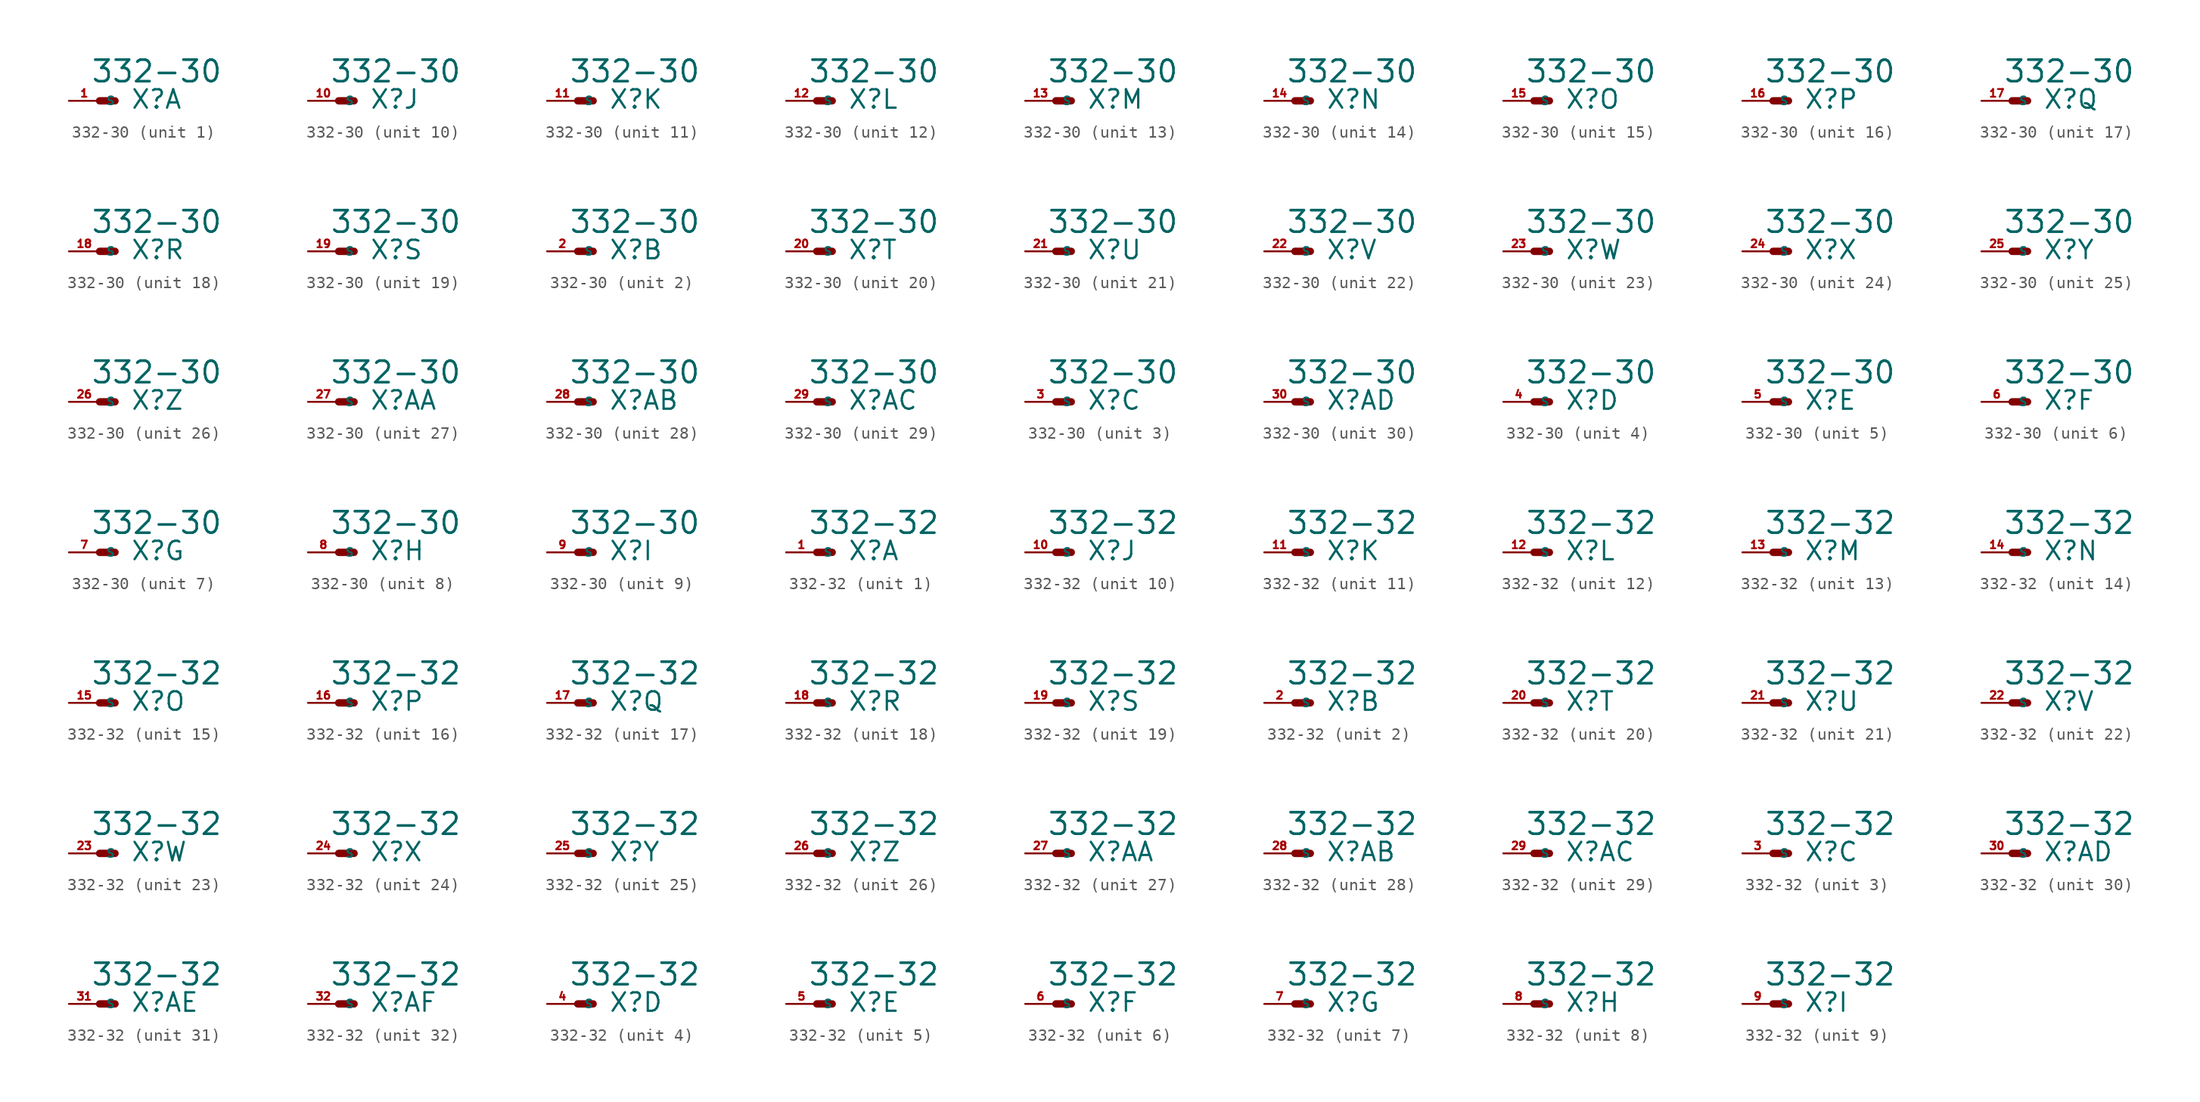
<source format=kicad_sym>
(kicad_symbol_lib
  (version 20220914)
  (generator Eagle2Kicad)
  (symbol "332-30"
    (property "Reference" "X"
      (at 2.54 -0.762 0)
      (effects (font (size 1.524 1.524) (thickness 0.19)) (justify left bottom)))
    (property "Value" "332-30"
      (at -0.762 1.397 0)
      (effects (font (size 1.778 1.778) (thickness 0.22)) (justify left bottom)))
    (symbol "332-30_1_0"
      (polyline (pts (xy 1.27 0) (xy 0 0)) (stroke (width 0.61) (type default)) (fill (type none)))
      (pin passive line (at -2.54 0 0) (length 2.54) (name "S" (effects (font (size 0.635 0.635) (thickness 0.08)) (justify left bottom))) (number "1" (effects (font (size 0.635 0.635) (thickness 0.08)) (justify left bottom)))))
    (symbol "332-30_2_0"
      (polyline (pts (xy 1.27 0) (xy 0 0)) (stroke (width 0.61) (type default)) (fill (type none)))
      (pin passive line (at -2.54 0 0) (length 2.54) (name "S" (effects (font (size 0.635 0.635) (thickness 0.08)) (justify left bottom))) (number "2" (effects (font (size 0.635 0.635) (thickness 0.08)) (justify left bottom)))))
    (symbol "332-30_3_0"
      (polyline (pts (xy 1.27 0) (xy 0 0)) (stroke (width 0.61) (type default)) (fill (type none)))
      (pin passive line (at -2.54 0 0) (length 2.54) (name "S" (effects (font (size 0.635 0.635) (thickness 0.08)) (justify left bottom))) (number "3" (effects (font (size 0.635 0.635) (thickness 0.08)) (justify left bottom)))))
    (symbol "332-30_4_0"
      (polyline (pts (xy 1.27 0) (xy 0 0)) (stroke (width 0.61) (type default)) (fill (type none)))
      (pin passive line (at -2.54 0 0) (length 2.54) (name "S" (effects (font (size 0.635 0.635) (thickness 0.08)) (justify left bottom))) (number "4" (effects (font (size 0.635 0.635) (thickness 0.08)) (justify left bottom)))))
    (symbol "332-30_5_0"
      (polyline (pts (xy 1.27 0) (xy 0 0)) (stroke (width 0.61) (type default)) (fill (type none)))
      (pin passive line (at -2.54 0 0) (length 2.54) (name "S" (effects (font (size 0.635 0.635) (thickness 0.08)) (justify left bottom))) (number "5" (effects (font (size 0.635 0.635) (thickness 0.08)) (justify left bottom)))))
    (symbol "332-30_6_0"
      (polyline (pts (xy 1.27 0) (xy 0 0)) (stroke (width 0.61) (type default)) (fill (type none)))
      (pin passive line (at -2.54 0 0) (length 2.54) (name "S" (effects (font (size 0.635 0.635) (thickness 0.08)) (justify left bottom))) (number "6" (effects (font (size 0.635 0.635) (thickness 0.08)) (justify left bottom)))))
    (symbol "332-30_7_0"
      (polyline (pts (xy 1.27 0) (xy 0 0)) (stroke (width 0.61) (type default)) (fill (type none)))
      (pin passive line (at -2.54 0 0) (length 2.54) (name "S" (effects (font (size 0.635 0.635) (thickness 0.08)) (justify left bottom))) (number "7" (effects (font (size 0.635 0.635) (thickness 0.08)) (justify left bottom)))))
    (symbol "332-30_8_0"
      (polyline (pts (xy 1.27 0) (xy 0 0)) (stroke (width 0.61) (type default)) (fill (type none)))
      (pin passive line (at -2.54 0 0) (length 2.54) (name "S" (effects (font (size 0.635 0.635) (thickness 0.08)) (justify left bottom))) (number "8" (effects (font (size 0.635 0.635) (thickness 0.08)) (justify left bottom)))))
    (symbol "332-30_9_0"
      (polyline (pts (xy 1.27 0) (xy 0 0)) (stroke (width 0.61) (type default)) (fill (type none)))
      (pin passive line (at -2.54 0 0) (length 2.54) (name "S" (effects (font (size 0.635 0.635) (thickness 0.08)) (justify left bottom))) (number "9" (effects (font (size 0.635 0.635) (thickness 0.08)) (justify left bottom)))))
    (symbol "332-30_10_0"
      (polyline (pts (xy 1.27 0) (xy 0 0)) (stroke (width 0.61) (type default)) (fill (type none)))
      (pin passive line (at -2.54 0 0) (length 2.54) (name "S" (effects (font (size 0.635 0.635) (thickness 0.08)) (justify left bottom))) (number "10" (effects (font (size 0.635 0.635) (thickness 0.08)) (justify left bottom)))))
    (symbol "332-30_11_0"
      (polyline (pts (xy 1.27 0) (xy 0 0)) (stroke (width 0.61) (type default)) (fill (type none)))
      (pin passive line (at -2.54 0 0) (length 2.54) (name "S" (effects (font (size 0.635 0.635) (thickness 0.08)) (justify left bottom))) (number "11" (effects (font (size 0.635 0.635) (thickness 0.08)) (justify left bottom)))))
    (symbol "332-30_12_0"
      (polyline (pts (xy 1.27 0) (xy 0 0)) (stroke (width 0.61) (type default)) (fill (type none)))
      (pin passive line (at -2.54 0 0) (length 2.54) (name "S" (effects (font (size 0.635 0.635) (thickness 0.08)) (justify left bottom))) (number "12" (effects (font (size 0.635 0.635) (thickness 0.08)) (justify left bottom)))))
    (symbol "332-30_13_0"
      (polyline (pts (xy 1.27 0) (xy 0 0)) (stroke (width 0.61) (type default)) (fill (type none)))
      (pin passive line (at -2.54 0 0) (length 2.54) (name "S" (effects (font (size 0.635 0.635) (thickness 0.08)) (justify left bottom))) (number "13" (effects (font (size 0.635 0.635) (thickness 0.08)) (justify left bottom)))))
    (symbol "332-30_14_0"
      (polyline (pts (xy 1.27 0) (xy 0 0)) (stroke (width 0.61) (type default)) (fill (type none)))
      (pin passive line (at -2.54 0 0) (length 2.54) (name "S" (effects (font (size 0.635 0.635) (thickness 0.08)) (justify left bottom))) (number "14" (effects (font (size 0.635 0.635) (thickness 0.08)) (justify left bottom)))))
    (symbol "332-30_15_0"
      (polyline (pts (xy 1.27 0) (xy 0 0)) (stroke (width 0.61) (type default)) (fill (type none)))
      (pin passive line (at -2.54 0 0) (length 2.54) (name "S" (effects (font (size 0.635 0.635) (thickness 0.08)) (justify left bottom))) (number "15" (effects (font (size 0.635 0.635) (thickness 0.08)) (justify left bottom)))))
    (symbol "332-30_16_0"
      (polyline (pts (xy 1.27 0) (xy 0 0)) (stroke (width 0.61) (type default)) (fill (type none)))
      (pin passive line (at -2.54 0 0) (length 2.54) (name "S" (effects (font (size 0.635 0.635) (thickness 0.08)) (justify left bottom))) (number "16" (effects (font (size 0.635 0.635) (thickness 0.08)) (justify left bottom)))))
    (symbol "332-30_17_0"
      (polyline (pts (xy 1.27 0) (xy 0 0)) (stroke (width 0.61) (type default)) (fill (type none)))
      (pin passive line (at -2.54 0 0) (length 2.54) (name "S" (effects (font (size 0.635 0.635) (thickness 0.08)) (justify left bottom))) (number "17" (effects (font (size 0.635 0.635) (thickness 0.08)) (justify left bottom)))))
    (symbol "332-30_18_0"
      (polyline (pts (xy 1.27 0) (xy 0 0)) (stroke (width 0.61) (type default)) (fill (type none)))
      (pin passive line (at -2.54 0 0) (length 2.54) (name "S" (effects (font (size 0.635 0.635) (thickness 0.08)) (justify left bottom))) (number "18" (effects (font (size 0.635 0.635) (thickness 0.08)) (justify left bottom)))))
    (symbol "332-30_19_0"
      (polyline (pts (xy 1.27 0) (xy 0 0)) (stroke (width 0.61) (type default)) (fill (type none)))
      (pin passive line (at -2.54 0 0) (length 2.54) (name "S" (effects (font (size 0.635 0.635) (thickness 0.08)) (justify left bottom))) (number "19" (effects (font (size 0.635 0.635) (thickness 0.08)) (justify left bottom)))))
    (symbol "332-30_20_0"
      (polyline (pts (xy 1.27 0) (xy 0 0)) (stroke (width 0.61) (type default)) (fill (type none)))
      (pin passive line (at -2.54 0 0) (length 2.54) (name "S" (effects (font (size 0.635 0.635) (thickness 0.08)) (justify left bottom))) (number "20" (effects (font (size 0.635 0.635) (thickness 0.08)) (justify left bottom)))))
    (symbol "332-30_21_0"
      (polyline (pts (xy 1.27 0) (xy 0 0)) (stroke (width 0.61) (type default)) (fill (type none)))
      (pin passive line (at -2.54 0 0) (length 2.54) (name "S" (effects (font (size 0.635 0.635) (thickness 0.08)) (justify left bottom))) (number "21" (effects (font (size 0.635 0.635) (thickness 0.08)) (justify left bottom)))))
    (symbol "332-30_22_0"
      (polyline (pts (xy 1.27 0) (xy 0 0)) (stroke (width 0.61) (type default)) (fill (type none)))
      (pin passive line (at -2.54 0 0) (length 2.54) (name "S" (effects (font (size 0.635 0.635) (thickness 0.08)) (justify left bottom))) (number "22" (effects (font (size 0.635 0.635) (thickness 0.08)) (justify left bottom)))))
    (symbol "332-30_23_0"
      (polyline (pts (xy 1.27 0) (xy 0 0)) (stroke (width 0.61) (type default)) (fill (type none)))
      (pin passive line (at -2.54 0 0) (length 2.54) (name "S" (effects (font (size 0.635 0.635) (thickness 0.08)) (justify left bottom))) (number "23" (effects (font (size 0.635 0.635) (thickness 0.08)) (justify left bottom)))))
    (symbol "332-30_24_0"
      (polyline (pts (xy 1.27 0) (xy 0 0)) (stroke (width 0.61) (type default)) (fill (type none)))
      (pin passive line (at -2.54 0 0) (length 2.54) (name "S" (effects (font (size 0.635 0.635) (thickness 0.08)) (justify left bottom))) (number "24" (effects (font (size 0.635 0.635) (thickness 0.08)) (justify left bottom)))))
    (symbol "332-30_25_0"
      (polyline (pts (xy 1.27 0) (xy 0 0)) (stroke (width 0.61) (type default)) (fill (type none)))
      (pin passive line (at -2.54 0 0) (length 2.54) (name "S" (effects (font (size 0.635 0.635) (thickness 0.08)) (justify left bottom))) (number "25" (effects (font (size 0.635 0.635) (thickness 0.08)) (justify left bottom)))))
    (symbol "332-30_26_0"
      (polyline (pts (xy 1.27 0) (xy 0 0)) (stroke (width 0.61) (type default)) (fill (type none)))
      (pin passive line (at -2.54 0 0) (length 2.54) (name "S" (effects (font (size 0.635 0.635) (thickness 0.08)) (justify left bottom))) (number "26" (effects (font (size 0.635 0.635) (thickness 0.08)) (justify left bottom)))))
    (symbol "332-30_27_0"
      (polyline (pts (xy 1.27 0) (xy 0 0)) (stroke (width 0.61) (type default)) (fill (type none)))
      (pin passive line (at -2.54 0 0) (length 2.54) (name "S" (effects (font (size 0.635 0.635) (thickness 0.08)) (justify left bottom))) (number "27" (effects (font (size 0.635 0.635) (thickness 0.08)) (justify left bottom)))))
    (symbol "332-30_28_0"
      (polyline (pts (xy 1.27 0) (xy 0 0)) (stroke (width 0.61) (type default)) (fill (type none)))
      (pin passive line (at -2.54 0 0) (length 2.54) (name "S" (effects (font (size 0.635 0.635) (thickness 0.08)) (justify left bottom))) (number "28" (effects (font (size 0.635 0.635) (thickness 0.08)) (justify left bottom)))))
    (symbol "332-30_29_0"
      (polyline (pts (xy 1.27 0) (xy 0 0)) (stroke (width 0.61) (type default)) (fill (type none)))
      (pin passive line (at -2.54 0 0) (length 2.54) (name "S" (effects (font (size 0.635 0.635) (thickness 0.08)) (justify left bottom))) (number "29" (effects (font (size 0.635 0.635) (thickness 0.08)) (justify left bottom)))))
    (symbol "332-30_30_0"
      (polyline (pts (xy 1.27 0) (xy 0 0)) (stroke (width 0.61) (type default)) (fill (type none)))
      (pin passive line (at -2.54 0 0) (length 2.54) (name "S" (effects (font (size 0.635 0.635) (thickness 0.08)) (justify left bottom))) (number "30" (effects (font (size 0.635 0.635) (thickness 0.08)) (justify left bottom))))))
  (symbol "332-32"
    (property "Reference" "X"
      (at 2.54 -0.762 0)
      (effects (font (size 1.524 1.524) (thickness 0.19)) (justify left bottom)))
    (property "Value" "332-32"
      (at -0.762 1.397 0)
      (effects (font (size 1.778 1.778) (thickness 0.22)) (justify left bottom)))
    (symbol "332-32_1_0"
      (polyline (pts (xy 1.27 0) (xy 0 0)) (stroke (width 0.61) (type default)) (fill (type none)))
      (pin passive line (at -2.54 0 0) (length 2.54) (name "S" (effects (font (size 0.635 0.635) (thickness 0.08)) (justify left bottom))) (number "1" (effects (font (size 0.635 0.635) (thickness 0.08)) (justify left bottom)))))
    (symbol "332-32_2_0"
      (polyline (pts (xy 1.27 0) (xy 0 0)) (stroke (width 0.61) (type default)) (fill (type none)))
      (pin passive line (at -2.54 0 0) (length 2.54) (name "S" (effects (font (size 0.635 0.635) (thickness 0.08)) (justify left bottom))) (number "2" (effects (font (size 0.635 0.635) (thickness 0.08)) (justify left bottom)))))
    (symbol "332-32_3_0"
      (polyline (pts (xy 1.27 0) (xy 0 0)) (stroke (width 0.61) (type default)) (fill (type none)))
      (pin passive line (at -2.54 0 0) (length 2.54) (name "S" (effects (font (size 0.635 0.635) (thickness 0.08)) (justify left bottom))) (number "3" (effects (font (size 0.635 0.635) (thickness 0.08)) (justify left bottom)))))
    (symbol "332-32_4_0"
      (polyline (pts (xy 1.27 0) (xy 0 0)) (stroke (width 0.61) (type default)) (fill (type none)))
      (pin passive line (at -2.54 0 0) (length 2.54) (name "S" (effects (font (size 0.635 0.635) (thickness 0.08)) (justify left bottom))) (number "4" (effects (font (size 0.635 0.635) (thickness 0.08)) (justify left bottom)))))
    (symbol "332-32_5_0"
      (polyline (pts (xy 1.27 0) (xy 0 0)) (stroke (width 0.61) (type default)) (fill (type none)))
      (pin passive line (at -2.54 0 0) (length 2.54) (name "S" (effects (font (size 0.635 0.635) (thickness 0.08)) (justify left bottom))) (number "5" (effects (font (size 0.635 0.635) (thickness 0.08)) (justify left bottom)))))
    (symbol "332-32_6_0"
      (polyline (pts (xy 1.27 0) (xy 0 0)) (stroke (width 0.61) (type default)) (fill (type none)))
      (pin passive line (at -2.54 0 0) (length 2.54) (name "S" (effects (font (size 0.635 0.635) (thickness 0.08)) (justify left bottom))) (number "6" (effects (font (size 0.635 0.635) (thickness 0.08)) (justify left bottom)))))
    (symbol "332-32_7_0"
      (polyline (pts (xy 1.27 0) (xy 0 0)) (stroke (width 0.61) (type default)) (fill (type none)))
      (pin passive line (at -2.54 0 0) (length 2.54) (name "S" (effects (font (size 0.635 0.635) (thickness 0.08)) (justify left bottom))) (number "7" (effects (font (size 0.635 0.635) (thickness 0.08)) (justify left bottom)))))
    (symbol "332-32_8_0"
      (polyline (pts (xy 1.27 0) (xy 0 0)) (stroke (width 0.61) (type default)) (fill (type none)))
      (pin passive line (at -2.54 0 0) (length 2.54) (name "S" (effects (font (size 0.635 0.635) (thickness 0.08)) (justify left bottom))) (number "8" (effects (font (size 0.635 0.635) (thickness 0.08)) (justify left bottom)))))
    (symbol "332-32_9_0"
      (polyline (pts (xy 1.27 0) (xy 0 0)) (stroke (width 0.61) (type default)) (fill (type none)))
      (pin passive line (at -2.54 0 0) (length 2.54) (name "S" (effects (font (size 0.635 0.635) (thickness 0.08)) (justify left bottom))) (number "9" (effects (font (size 0.635 0.635) (thickness 0.08)) (justify left bottom)))))
    (symbol "332-32_10_0"
      (polyline (pts (xy 1.27 0) (xy 0 0)) (stroke (width 0.61) (type default)) (fill (type none)))
      (pin passive line (at -2.54 0 0) (length 2.54) (name "S" (effects (font (size 0.635 0.635) (thickness 0.08)) (justify left bottom))) (number "10" (effects (font (size 0.635 0.635) (thickness 0.08)) (justify left bottom)))))
    (symbol "332-32_11_0"
      (polyline (pts (xy 1.27 0) (xy 0 0)) (stroke (width 0.61) (type default)) (fill (type none)))
      (pin passive line (at -2.54 0 0) (length 2.54) (name "S" (effects (font (size 0.635 0.635) (thickness 0.08)) (justify left bottom))) (number "11" (effects (font (size 0.635 0.635) (thickness 0.08)) (justify left bottom)))))
    (symbol "332-32_12_0"
      (polyline (pts (xy 1.27 0) (xy 0 0)) (stroke (width 0.61) (type default)) (fill (type none)))
      (pin passive line (at -2.54 0 0) (length 2.54) (name "S" (effects (font (size 0.635 0.635) (thickness 0.08)) (justify left bottom))) (number "12" (effects (font (size 0.635 0.635) (thickness 0.08)) (justify left bottom)))))
    (symbol "332-32_13_0"
      (polyline (pts (xy 1.27 0) (xy 0 0)) (stroke (width 0.61) (type default)) (fill (type none)))
      (pin passive line (at -2.54 0 0) (length 2.54) (name "S" (effects (font (size 0.635 0.635) (thickness 0.08)) (justify left bottom))) (number "13" (effects (font (size 0.635 0.635) (thickness 0.08)) (justify left bottom)))))
    (symbol "332-32_14_0"
      (polyline (pts (xy 1.27 0) (xy 0 0)) (stroke (width 0.61) (type default)) (fill (type none)))
      (pin passive line (at -2.54 0 0) (length 2.54) (name "S" (effects (font (size 0.635 0.635) (thickness 0.08)) (justify left bottom))) (number "14" (effects (font (size 0.635 0.635) (thickness 0.08)) (justify left bottom)))))
    (symbol "332-32_15_0"
      (polyline (pts (xy 1.27 0) (xy 0 0)) (stroke (width 0.61) (type default)) (fill (type none)))
      (pin passive line (at -2.54 0 0) (length 2.54) (name "S" (effects (font (size 0.635 0.635) (thickness 0.08)) (justify left bottom))) (number "15" (effects (font (size 0.635 0.635) (thickness 0.08)) (justify left bottom)))))
    (symbol "332-32_16_0"
      (polyline (pts (xy 1.27 0) (xy 0 0)) (stroke (width 0.61) (type default)) (fill (type none)))
      (pin passive line (at -2.54 0 0) (length 2.54) (name "S" (effects (font (size 0.635 0.635) (thickness 0.08)) (justify left bottom))) (number "16" (effects (font (size 0.635 0.635) (thickness 0.08)) (justify left bottom)))))
    (symbol "332-32_17_0"
      (polyline (pts (xy 1.27 0) (xy 0 0)) (stroke (width 0.61) (type default)) (fill (type none)))
      (pin passive line (at -2.54 0 0) (length 2.54) (name "S" (effects (font (size 0.635 0.635) (thickness 0.08)) (justify left bottom))) (number "17" (effects (font (size 0.635 0.635) (thickness 0.08)) (justify left bottom)))))
    (symbol "332-32_18_0"
      (polyline (pts (xy 1.27 0) (xy 0 0)) (stroke (width 0.61) (type default)) (fill (type none)))
      (pin passive line (at -2.54 0 0) (length 2.54) (name "S" (effects (font (size 0.635 0.635) (thickness 0.08)) (justify left bottom))) (number "18" (effects (font (size 0.635 0.635) (thickness 0.08)) (justify left bottom)))))
    (symbol "332-32_19_0"
      (polyline (pts (xy 1.27 0) (xy 0 0)) (stroke (width 0.61) (type default)) (fill (type none)))
      (pin passive line (at -2.54 0 0) (length 2.54) (name "S" (effects (font (size 0.635 0.635) (thickness 0.08)) (justify left bottom))) (number "19" (effects (font (size 0.635 0.635) (thickness 0.08)) (justify left bottom)))))
    (symbol "332-32_20_0"
      (polyline (pts (xy 1.27 0) (xy 0 0)) (stroke (width 0.61) (type default)) (fill (type none)))
      (pin passive line (at -2.54 0 0) (length 2.54) (name "S" (effects (font (size 0.635 0.635) (thickness 0.08)) (justify left bottom))) (number "20" (effects (font (size 0.635 0.635) (thickness 0.08)) (justify left bottom)))))
    (symbol "332-32_21_0"
      (polyline (pts (xy 1.27 0) (xy 0 0)) (stroke (width 0.61) (type default)) (fill (type none)))
      (pin passive line (at -2.54 0 0) (length 2.54) (name "S" (effects (font (size 0.635 0.635) (thickness 0.08)) (justify left bottom))) (number "21" (effects (font (size 0.635 0.635) (thickness 0.08)) (justify left bottom)))))
    (symbol "332-32_22_0"
      (polyline (pts (xy 1.27 0) (xy 0 0)) (stroke (width 0.61) (type default)) (fill (type none)))
      (pin passive line (at -2.54 0 0) (length 2.54) (name "S" (effects (font (size 0.635 0.635) (thickness 0.08)) (justify left bottom))) (number "22" (effects (font (size 0.635 0.635) (thickness 0.08)) (justify left bottom)))))
    (symbol "332-32_23_0"
      (polyline (pts (xy 1.27 0) (xy 0 0)) (stroke (width 0.61) (type default)) (fill (type none)))
      (pin passive line (at -2.54 0 0) (length 2.54) (name "S" (effects (font (size 0.635 0.635) (thickness 0.08)) (justify left bottom))) (number "23" (effects (font (size 0.635 0.635) (thickness 0.08)) (justify left bottom)))))
    (symbol "332-32_24_0"
      (polyline (pts (xy 1.27 0) (xy 0 0)) (stroke (width 0.61) (type default)) (fill (type none)))
      (pin passive line (at -2.54 0 0) (length 2.54) (name "S" (effects (font (size 0.635 0.635) (thickness 0.08)) (justify left bottom))) (number "24" (effects (font (size 0.635 0.635) (thickness 0.08)) (justify left bottom)))))
    (symbol "332-32_25_0"
      (polyline (pts (xy 1.27 0) (xy 0 0)) (stroke (width 0.61) (type default)) (fill (type none)))
      (pin passive line (at -2.54 0 0) (length 2.54) (name "S" (effects (font (size 0.635 0.635) (thickness 0.08)) (justify left bottom))) (number "25" (effects (font (size 0.635 0.635) (thickness 0.08)) (justify left bottom)))))
    (symbol "332-32_26_0"
      (polyline (pts (xy 1.27 0) (xy 0 0)) (stroke (width 0.61) (type default)) (fill (type none)))
      (pin passive line (at -2.54 0 0) (length 2.54) (name "S" (effects (font (size 0.635 0.635) (thickness 0.08)) (justify left bottom))) (number "26" (effects (font (size 0.635 0.635) (thickness 0.08)) (justify left bottom)))))
    (symbol "332-32_27_0"
      (polyline (pts (xy 1.27 0) (xy 0 0)) (stroke (width 0.61) (type default)) (fill (type none)))
      (pin passive line (at -2.54 0 0) (length 2.54) (name "S" (effects (font (size 0.635 0.635) (thickness 0.08)) (justify left bottom))) (number "27" (effects (font (size 0.635 0.635) (thickness 0.08)) (justify left bottom)))))
    (symbol "332-32_28_0"
      (polyline (pts (xy 1.27 0) (xy 0 0)) (stroke (width 0.61) (type default)) (fill (type none)))
      (pin passive line (at -2.54 0 0) (length 2.54) (name "S" (effects (font (size 0.635 0.635) (thickness 0.08)) (justify left bottom))) (number "28" (effects (font (size 0.635 0.635) (thickness 0.08)) (justify left bottom)))))
    (symbol "332-32_29_0"
      (polyline (pts (xy 1.27 0) (xy 0 0)) (stroke (width 0.61) (type default)) (fill (type none)))
      (pin passive line (at -2.54 0 0) (length 2.54) (name "S" (effects (font (size 0.635 0.635) (thickness 0.08)) (justify left bottom))) (number "29" (effects (font (size 0.635 0.635) (thickness 0.08)) (justify left bottom)))))
    (symbol "332-32_30_0"
      (polyline (pts (xy 1.27 0) (xy 0 0)) (stroke (width 0.61) (type default)) (fill (type none)))
      (pin passive line (at -2.54 0 0) (length 2.54) (name "S" (effects (font (size 0.635 0.635) (thickness 0.08)) (justify left bottom))) (number "30" (effects (font (size 0.635 0.635) (thickness 0.08)) (justify left bottom)))))
    (symbol "332-32_31_0"
      (polyline (pts (xy 1.27 0) (xy 0 0)) (stroke (width 0.61) (type default)) (fill (type none)))
      (pin passive line (at -2.54 0 0) (length 2.54) (name "S" (effects (font (size 0.635 0.635) (thickness 0.08)) (justify left bottom))) (number "31" (effects (font (size 0.635 0.635) (thickness 0.08)) (justify left bottom)))))
    (symbol "332-32_32_0"
      (polyline (pts (xy 1.27 0) (xy 0 0)) (stroke (width 0.61) (type default)) (fill (type none)))
      (pin passive line (at -2.54 0 0) (length 2.54) (name "S" (effects (font (size 0.635 0.635) (thickness 0.08)) (justify left bottom))) (number "32" (effects (font (size 0.635 0.635) (thickness 0.08)) (justify left bottom)))))))
</source>
